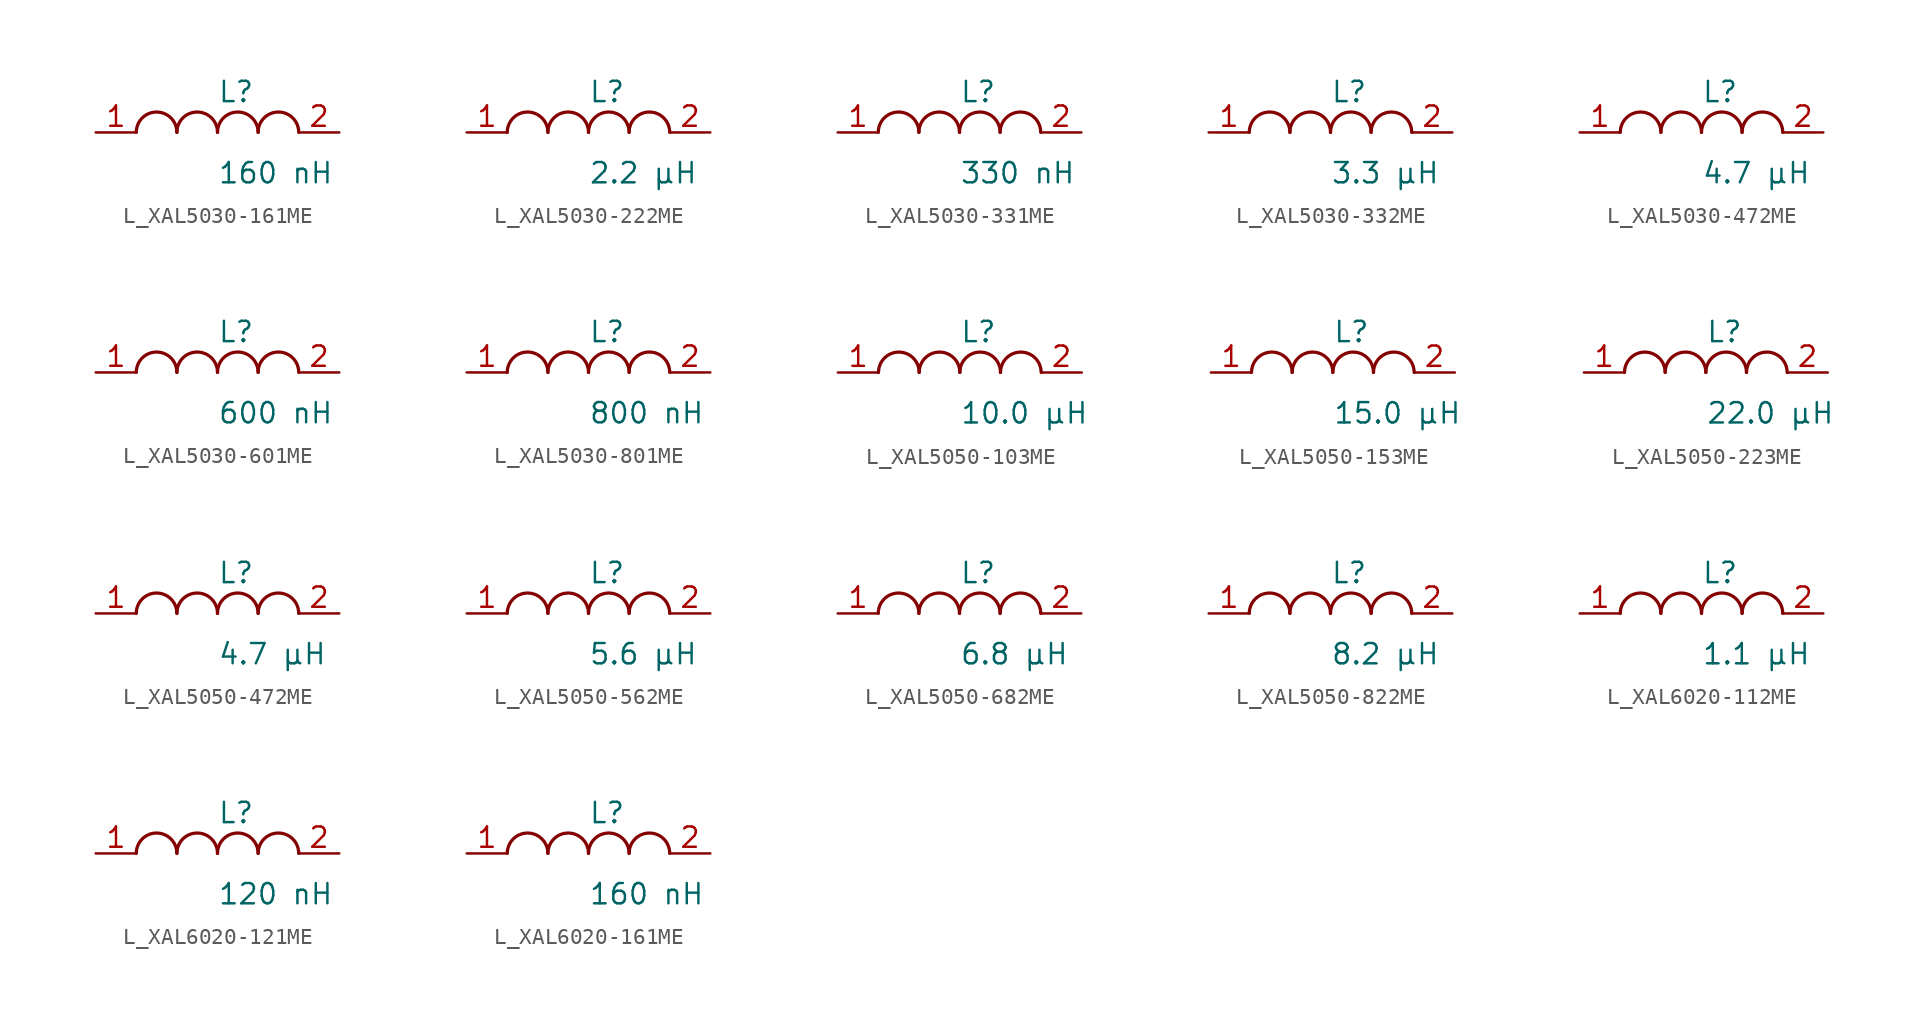
<source format=kicad_sym>
(kicad_symbol_lib
  (version 20231120)
  (generator kicad_symbol_editor)
  (generator_version 8.0)
  (symbol "L_XAL5030-161ME"
    (pin_names
      (offset 0.254))
    (property "Reference" "L"
      (at 0.0 2.54 0)
      (effects (font (size 1.27 1.27)) (justify left)))
    (property "Value" "160 nH"
      (at 0.0 -2.54 0)
      (effects (font (size 1.27 1.27)) (justify left)))
    (symbol "L_XAL5030-161ME_1_1"
      (arc (start -2.54 0.0056) (mid -3.81 1.27) (end -5.08 0.0056) (stroke (width 0.2032) (type default)) (fill (type none)))
      (arc (start 0 0.0056) (mid -1.27 1.27) (end -2.54 0.0056) (stroke (width 0.2032) (type default)) (fill (type none)))
      (arc (start 2.54 0.0056) (mid 1.27 1.27) (end 0 0.0056) (stroke (width 0.2032) (type default)) (fill (type none)))
      (arc (start 5.08 0.0056) (mid 3.81 1.27) (end 2.54 0.0056) (stroke (width 0.2032) (type default)) (fill (type none)))
      (pin unspecified line (at -7.62 0 0) (length 2.54) (name "" (effects (font (size 1.27 1.27)))) (number "1" (effects (font (size 1.27 1.27)))))
      (pin unspecified line (at 7.62 0 180) (length 2.54) (name "" (effects (font (size 1.27 1.27)))) (number "2" (effects (font (size 1.27 1.27)))))))
  (symbol "L_XAL5030-222ME"
    (pin_names
      (offset 0.254))
    (property "Reference" "L"
      (at 0.0 2.54 0)
      (effects (font (size 1.27 1.27)) (justify left)))
    (property "Value" "2.2 µH"
      (at 0.0 -2.54 0)
      (effects (font (size 1.27 1.27)) (justify left)))
    (symbol "L_XAL5030-222ME_1_1"
      (arc (start -2.54 0.0056) (mid -3.81 1.27) (end -5.08 0.0056) (stroke (width 0.2032) (type default)) (fill (type none)))
      (arc (start 0 0.0056) (mid -1.27 1.27) (end -2.54 0.0056) (stroke (width 0.2032) (type default)) (fill (type none)))
      (arc (start 2.54 0.0056) (mid 1.27 1.27) (end 0 0.0056) (stroke (width 0.2032) (type default)) (fill (type none)))
      (arc (start 5.08 0.0056) (mid 3.81 1.27) (end 2.54 0.0056) (stroke (width 0.2032) (type default)) (fill (type none)))
      (pin unspecified line (at -7.62 0 0) (length 2.54) (name "" (effects (font (size 1.27 1.27)))) (number "1" (effects (font (size 1.27 1.27)))))
      (pin unspecified line (at 7.62 0 180) (length 2.54) (name "" (effects (font (size 1.27 1.27)))) (number "2" (effects (font (size 1.27 1.27)))))))
  (symbol "L_XAL5030-331ME"
    (pin_names
      (offset 0.254))
    (property "Reference" "L"
      (at 0.0 2.54 0)
      (effects (font (size 1.27 1.27)) (justify left)))
    (property "Value" "330 nH"
      (at 0.0 -2.54 0)
      (effects (font (size 1.27 1.27)) (justify left)))
    (symbol "L_XAL5030-331ME_1_1"
      (arc (start -2.54 0.0056) (mid -3.81 1.27) (end -5.08 0.0056) (stroke (width 0.2032) (type default)) (fill (type none)))
      (arc (start 0 0.0056) (mid -1.27 1.27) (end -2.54 0.0056) (stroke (width 0.2032) (type default)) (fill (type none)))
      (arc (start 2.54 0.0056) (mid 1.27 1.27) (end 0 0.0056) (stroke (width 0.2032) (type default)) (fill (type none)))
      (arc (start 5.08 0.0056) (mid 3.81 1.27) (end 2.54 0.0056) (stroke (width 0.2032) (type default)) (fill (type none)))
      (pin unspecified line (at -7.62 0 0) (length 2.54) (name "" (effects (font (size 1.27 1.27)))) (number "1" (effects (font (size 1.27 1.27)))))
      (pin unspecified line (at 7.62 0 180) (length 2.54) (name "" (effects (font (size 1.27 1.27)))) (number "2" (effects (font (size 1.27 1.27)))))))
  (symbol "L_XAL5030-332ME"
    (pin_names
      (offset 0.254))
    (property "Reference" "L"
      (at 0.0 2.54 0)
      (effects (font (size 1.27 1.27)) (justify left)))
    (property "Value" "3.3 µH"
      (at 0.0 -2.54 0)
      (effects (font (size 1.27 1.27)) (justify left)))
    (symbol "L_XAL5030-332ME_1_1"
      (arc (start -2.54 0.0056) (mid -3.81 1.27) (end -5.08 0.0056) (stroke (width 0.2032) (type default)) (fill (type none)))
      (arc (start 0 0.0056) (mid -1.27 1.27) (end -2.54 0.0056) (stroke (width 0.2032) (type default)) (fill (type none)))
      (arc (start 2.54 0.0056) (mid 1.27 1.27) (end 0 0.0056) (stroke (width 0.2032) (type default)) (fill (type none)))
      (arc (start 5.08 0.0056) (mid 3.81 1.27) (end 2.54 0.0056) (stroke (width 0.2032) (type default)) (fill (type none)))
      (pin unspecified line (at -7.62 0 0) (length 2.54) (name "" (effects (font (size 1.27 1.27)))) (number "1" (effects (font (size 1.27 1.27)))))
      (pin unspecified line (at 7.62 0 180) (length 2.54) (name "" (effects (font (size 1.27 1.27)))) (number "2" (effects (font (size 1.27 1.27)))))))
  (symbol "L_XAL5030-472ME"
    (pin_names
      (offset 0.254))
    (property "Reference" "L"
      (at 0.0 2.54 0)
      (effects (font (size 1.27 1.27)) (justify left)))
    (property "Value" "4.7 µH"
      (at 0.0 -2.54 0)
      (effects (font (size 1.27 1.27)) (justify left)))
    (symbol "L_XAL5030-472ME_1_1"
      (arc (start -2.54 0.0056) (mid -3.81 1.27) (end -5.08 0.0056) (stroke (width 0.2032) (type default)) (fill (type none)))
      (arc (start 0 0.0056) (mid -1.27 1.27) (end -2.54 0.0056) (stroke (width 0.2032) (type default)) (fill (type none)))
      (arc (start 2.54 0.0056) (mid 1.27 1.27) (end 0 0.0056) (stroke (width 0.2032) (type default)) (fill (type none)))
      (arc (start 5.08 0.0056) (mid 3.81 1.27) (end 2.54 0.0056) (stroke (width 0.2032) (type default)) (fill (type none)))
      (pin unspecified line (at -7.62 0 0) (length 2.54) (name "" (effects (font (size 1.27 1.27)))) (number "1" (effects (font (size 1.27 1.27)))))
      (pin unspecified line (at 7.62 0 180) (length 2.54) (name "" (effects (font (size 1.27 1.27)))) (number "2" (effects (font (size 1.27 1.27)))))))
  (symbol "L_XAL5030-601ME"
    (pin_names
      (offset 0.254))
    (property "Reference" "L"
      (at 0.0 2.54 0)
      (effects (font (size 1.27 1.27)) (justify left)))
    (property "Value" "600 nH"
      (at 0.0 -2.54 0)
      (effects (font (size 1.27 1.27)) (justify left)))
    (symbol "L_XAL5030-601ME_1_1"
      (arc (start -2.54 0.0056) (mid -3.81 1.27) (end -5.08 0.0056) (stroke (width 0.2032) (type default)) (fill (type none)))
      (arc (start 0 0.0056) (mid -1.27 1.27) (end -2.54 0.0056) (stroke (width 0.2032) (type default)) (fill (type none)))
      (arc (start 2.54 0.0056) (mid 1.27 1.27) (end 0 0.0056) (stroke (width 0.2032) (type default)) (fill (type none)))
      (arc (start 5.08 0.0056) (mid 3.81 1.27) (end 2.54 0.0056) (stroke (width 0.2032) (type default)) (fill (type none)))
      (pin unspecified line (at -7.62 0 0) (length 2.54) (name "" (effects (font (size 1.27 1.27)))) (number "1" (effects (font (size 1.27 1.27)))))
      (pin unspecified line (at 7.62 0 180) (length 2.54) (name "" (effects (font (size 1.27 1.27)))) (number "2" (effects (font (size 1.27 1.27)))))))
  (symbol "L_XAL5030-801ME"
    (pin_names
      (offset 0.254))
    (property "Reference" "L"
      (at 0.0 2.54 0)
      (effects (font (size 1.27 1.27)) (justify left)))
    (property "Value" "800 nH"
      (at 0.0 -2.54 0)
      (effects (font (size 1.27 1.27)) (justify left)))
    (symbol "L_XAL5030-801ME_1_1"
      (arc (start -2.54 0.0056) (mid -3.81 1.27) (end -5.08 0.0056) (stroke (width 0.2032) (type default)) (fill (type none)))
      (arc (start 0 0.0056) (mid -1.27 1.27) (end -2.54 0.0056) (stroke (width 0.2032) (type default)) (fill (type none)))
      (arc (start 2.54 0.0056) (mid 1.27 1.27) (end 0 0.0056) (stroke (width 0.2032) (type default)) (fill (type none)))
      (arc (start 5.08 0.0056) (mid 3.81 1.27) (end 2.54 0.0056) (stroke (width 0.2032) (type default)) (fill (type none)))
      (pin unspecified line (at -7.62 0 0) (length 2.54) (name "" (effects (font (size 1.27 1.27)))) (number "1" (effects (font (size 1.27 1.27)))))
      (pin unspecified line (at 7.62 0 180) (length 2.54) (name "" (effects (font (size 1.27 1.27)))) (number "2" (effects (font (size 1.27 1.27)))))))
  (symbol "L_XAL5050-103ME"
    (pin_names
      (offset 0.254))
    (property "Reference" "L"
      (at 0.0 2.54 0)
      (effects (font (size 1.27 1.27)) (justify left)))
    (property "Value" "10.0 µH"
      (at 0.0 -2.54 0)
      (effects (font (size 1.27 1.27)) (justify left)))
    (symbol "L_XAL5050-103ME_1_1"
      (arc (start -2.54 0.0056) (mid -3.81 1.27) (end -5.08 0.0056) (stroke (width 0.2032) (type default)) (fill (type none)))
      (arc (start 0 0.0056) (mid -1.27 1.27) (end -2.54 0.0056) (stroke (width 0.2032) (type default)) (fill (type none)))
      (arc (start 2.54 0.0056) (mid 1.27 1.27) (end 0 0.0056) (stroke (width 0.2032) (type default)) (fill (type none)))
      (arc (start 5.08 0.0056) (mid 3.81 1.27) (end 2.54 0.0056) (stroke (width 0.2032) (type default)) (fill (type none)))
      (pin unspecified line (at -7.62 0 0) (length 2.54) (name "" (effects (font (size 1.27 1.27)))) (number "1" (effects (font (size 1.27 1.27)))))
      (pin unspecified line (at 7.62 0 180) (length 2.54) (name "" (effects (font (size 1.27 1.27)))) (number "2" (effects (font (size 1.27 1.27)))))))
  (symbol "L_XAL5050-153ME"
    (pin_names
      (offset 0.254))
    (property "Reference" "L"
      (at 0.0 2.54 0)
      (effects (font (size 1.27 1.27)) (justify left)))
    (property "Value" "15.0 µH"
      (at 0.0 -2.54 0)
      (effects (font (size 1.27 1.27)) (justify left)))
    (symbol "L_XAL5050-153ME_1_1"
      (arc (start -2.54 0.0056) (mid -3.81 1.27) (end -5.08 0.0056) (stroke (width 0.2032) (type default)) (fill (type none)))
      (arc (start 0 0.0056) (mid -1.27 1.27) (end -2.54 0.0056) (stroke (width 0.2032) (type default)) (fill (type none)))
      (arc (start 2.54 0.0056) (mid 1.27 1.27) (end 0 0.0056) (stroke (width 0.2032) (type default)) (fill (type none)))
      (arc (start 5.08 0.0056) (mid 3.81 1.27) (end 2.54 0.0056) (stroke (width 0.2032) (type default)) (fill (type none)))
      (pin unspecified line (at -7.62 0 0) (length 2.54) (name "" (effects (font (size 1.27 1.27)))) (number "1" (effects (font (size 1.27 1.27)))))
      (pin unspecified line (at 7.62 0 180) (length 2.54) (name "" (effects (font (size 1.27 1.27)))) (number "2" (effects (font (size 1.27 1.27)))))))
  (symbol "L_XAL5050-223ME"
    (pin_names
      (offset 0.254))
    (property "Reference" "L"
      (at 0.0 2.54 0)
      (effects (font (size 1.27 1.27)) (justify left)))
    (property "Value" "22.0 µH"
      (at 0.0 -2.54 0)
      (effects (font (size 1.27 1.27)) (justify left)))
    (symbol "L_XAL5050-223ME_1_1"
      (arc (start -2.54 0.0056) (mid -3.81 1.27) (end -5.08 0.0056) (stroke (width 0.2032) (type default)) (fill (type none)))
      (arc (start 0 0.0056) (mid -1.27 1.27) (end -2.54 0.0056) (stroke (width 0.2032) (type default)) (fill (type none)))
      (arc (start 2.54 0.0056) (mid 1.27 1.27) (end 0 0.0056) (stroke (width 0.2032) (type default)) (fill (type none)))
      (arc (start 5.08 0.0056) (mid 3.81 1.27) (end 2.54 0.0056) (stroke (width 0.2032) (type default)) (fill (type none)))
      (pin unspecified line (at -7.62 0 0) (length 2.54) (name "" (effects (font (size 1.27 1.27)))) (number "1" (effects (font (size 1.27 1.27)))))
      (pin unspecified line (at 7.62 0 180) (length 2.54) (name "" (effects (font (size 1.27 1.27)))) (number "2" (effects (font (size 1.27 1.27)))))))
  (symbol "L_XAL5050-472ME"
    (pin_names
      (offset 0.254))
    (property "Reference" "L"
      (at 0.0 2.54 0)
      (effects (font (size 1.27 1.27)) (justify left)))
    (property "Value" "4.7 µH"
      (at 0.0 -2.54 0)
      (effects (font (size 1.27 1.27)) (justify left)))
    (symbol "L_XAL5050-472ME_1_1"
      (arc (start -2.54 0.0056) (mid -3.81 1.27) (end -5.08 0.0056) (stroke (width 0.2032) (type default)) (fill (type none)))
      (arc (start 0 0.0056) (mid -1.27 1.27) (end -2.54 0.0056) (stroke (width 0.2032) (type default)) (fill (type none)))
      (arc (start 2.54 0.0056) (mid 1.27 1.27) (end 0 0.0056) (stroke (width 0.2032) (type default)) (fill (type none)))
      (arc (start 5.08 0.0056) (mid 3.81 1.27) (end 2.54 0.0056) (stroke (width 0.2032) (type default)) (fill (type none)))
      (pin unspecified line (at -7.62 0 0) (length 2.54) (name "" (effects (font (size 1.27 1.27)))) (number "1" (effects (font (size 1.27 1.27)))))
      (pin unspecified line (at 7.62 0 180) (length 2.54) (name "" (effects (font (size 1.27 1.27)))) (number "2" (effects (font (size 1.27 1.27)))))))
  (symbol "L_XAL5050-562ME"
    (pin_names
      (offset 0.254))
    (property "Reference" "L"
      (at 0.0 2.54 0)
      (effects (font (size 1.27 1.27)) (justify left)))
    (property "Value" "5.6 µH"
      (at 0.0 -2.54 0)
      (effects (font (size 1.27 1.27)) (justify left)))
    (symbol "L_XAL5050-562ME_1_1"
      (arc (start -2.54 0.0056) (mid -3.81 1.27) (end -5.08 0.0056) (stroke (width 0.2032) (type default)) (fill (type none)))
      (arc (start 0 0.0056) (mid -1.27 1.27) (end -2.54 0.0056) (stroke (width 0.2032) (type default)) (fill (type none)))
      (arc (start 2.54 0.0056) (mid 1.27 1.27) (end 0 0.0056) (stroke (width 0.2032) (type default)) (fill (type none)))
      (arc (start 5.08 0.0056) (mid 3.81 1.27) (end 2.54 0.0056) (stroke (width 0.2032) (type default)) (fill (type none)))
      (pin unspecified line (at -7.62 0 0) (length 2.54) (name "" (effects (font (size 1.27 1.27)))) (number "1" (effects (font (size 1.27 1.27)))))
      (pin unspecified line (at 7.62 0 180) (length 2.54) (name "" (effects (font (size 1.27 1.27)))) (number "2" (effects (font (size 1.27 1.27)))))))
  (symbol "L_XAL5050-682ME"
    (pin_names
      (offset 0.254))
    (property "Reference" "L"
      (at 0.0 2.54 0)
      (effects (font (size 1.27 1.27)) (justify left)))
    (property "Value" "6.8 µH"
      (at 0.0 -2.54 0)
      (effects (font (size 1.27 1.27)) (justify left)))
    (symbol "L_XAL5050-682ME_1_1"
      (arc (start -2.54 0.0056) (mid -3.81 1.27) (end -5.08 0.0056) (stroke (width 0.2032) (type default)) (fill (type none)))
      (arc (start 0 0.0056) (mid -1.27 1.27) (end -2.54 0.0056) (stroke (width 0.2032) (type default)) (fill (type none)))
      (arc (start 2.54 0.0056) (mid 1.27 1.27) (end 0 0.0056) (stroke (width 0.2032) (type default)) (fill (type none)))
      (arc (start 5.08 0.0056) (mid 3.81 1.27) (end 2.54 0.0056) (stroke (width 0.2032) (type default)) (fill (type none)))
      (pin unspecified line (at -7.62 0 0) (length 2.54) (name "" (effects (font (size 1.27 1.27)))) (number "1" (effects (font (size 1.27 1.27)))))
      (pin unspecified line (at 7.62 0 180) (length 2.54) (name "" (effects (font (size 1.27 1.27)))) (number "2" (effects (font (size 1.27 1.27)))))))
  (symbol "L_XAL5050-822ME"
    (pin_names
      (offset 0.254))
    (property "Reference" "L"
      (at 0.0 2.54 0)
      (effects (font (size 1.27 1.27)) (justify left)))
    (property "Value" "8.2 µH"
      (at 0.0 -2.54 0)
      (effects (font (size 1.27 1.27)) (justify left)))
    (symbol "L_XAL5050-822ME_1_1"
      (arc (start -2.54 0.0056) (mid -3.81 1.27) (end -5.08 0.0056) (stroke (width 0.2032) (type default)) (fill (type none)))
      (arc (start 0 0.0056) (mid -1.27 1.27) (end -2.54 0.0056) (stroke (width 0.2032) (type default)) (fill (type none)))
      (arc (start 2.54 0.0056) (mid 1.27 1.27) (end 0 0.0056) (stroke (width 0.2032) (type default)) (fill (type none)))
      (arc (start 5.08 0.0056) (mid 3.81 1.27) (end 2.54 0.0056) (stroke (width 0.2032) (type default)) (fill (type none)))
      (pin unspecified line (at -7.62 0 0) (length 2.54) (name "" (effects (font (size 1.27 1.27)))) (number "1" (effects (font (size 1.27 1.27)))))
      (pin unspecified line (at 7.62 0 180) (length 2.54) (name "" (effects (font (size 1.27 1.27)))) (number "2" (effects (font (size 1.27 1.27)))))))
  (symbol "L_XAL6020-112ME"
    (pin_names
      (offset 0.254))
    (property "Reference" "L"
      (at 0.0 2.54 0)
      (effects (font (size 1.27 1.27)) (justify left)))
    (property "Value" "1.1 µH"
      (at 0.0 -2.54 0)
      (effects (font (size 1.27 1.27)) (justify left)))
    (symbol "L_XAL6020-112ME_1_1"
      (arc (start -2.54 0.0056) (mid -3.81 1.27) (end -5.08 0.0056) (stroke (width 0.2032) (type default)) (fill (type none)))
      (arc (start 0 0.0056) (mid -1.27 1.27) (end -2.54 0.0056) (stroke (width 0.2032) (type default)) (fill (type none)))
      (arc (start 2.54 0.0056) (mid 1.27 1.27) (end 0 0.0056) (stroke (width 0.2032) (type default)) (fill (type none)))
      (arc (start 5.08 0.0056) (mid 3.81 1.27) (end 2.54 0.0056) (stroke (width 0.2032) (type default)) (fill (type none)))
      (pin unspecified line (at -7.62 0 0) (length 2.54) (name "" (effects (font (size 1.27 1.27)))) (number "1" (effects (font (size 1.27 1.27)))))
      (pin unspecified line (at 7.62 0 180) (length 2.54) (name "" (effects (font (size 1.27 1.27)))) (number "2" (effects (font (size 1.27 1.27)))))))
  (symbol "L_XAL6020-121ME"
    (pin_names
      (offset 0.254))
    (property "Reference" "L"
      (at 0.0 2.54 0)
      (effects (font (size 1.27 1.27)) (justify left)))
    (property "Value" "120 nH"
      (at 0.0 -2.54 0)
      (effects (font (size 1.27 1.27)) (justify left)))
    (symbol "L_XAL6020-121ME_1_1"
      (arc (start -2.54 0.0056) (mid -3.81 1.27) (end -5.08 0.0056) (stroke (width 0.2032) (type default)) (fill (type none)))
      (arc (start 0 0.0056) (mid -1.27 1.27) (end -2.54 0.0056) (stroke (width 0.2032) (type default)) (fill (type none)))
      (arc (start 2.54 0.0056) (mid 1.27 1.27) (end 0 0.0056) (stroke (width 0.2032) (type default)) (fill (type none)))
      (arc (start 5.08 0.0056) (mid 3.81 1.27) (end 2.54 0.0056) (stroke (width 0.2032) (type default)) (fill (type none)))
      (pin unspecified line (at -7.62 0 0) (length 2.54) (name "" (effects (font (size 1.27 1.27)))) (number "1" (effects (font (size 1.27 1.27)))))
      (pin unspecified line (at 7.62 0 180) (length 2.54) (name "" (effects (font (size 1.27 1.27)))) (number "2" (effects (font (size 1.27 1.27)))))))
  (symbol "L_XAL6020-161ME"
    (pin_names
      (offset 0.254))
    (property "Reference" "L"
      (at 0.0 2.54 0)
      (effects (font (size 1.27 1.27)) (justify left)))
    (property "Value" "160 nH"
      (at 0.0 -2.54 0)
      (effects (font (size 1.27 1.27)) (justify left)))
    (symbol "L_XAL6020-161ME_1_1"
      (arc (start -2.54 0.0056) (mid -3.81 1.27) (end -5.08 0.0056) (stroke (width 0.2032) (type default)) (fill (type none)))
      (arc (start 0 0.0056) (mid -1.27 1.27) (end -2.54 0.0056) (stroke (width 0.2032) (type default)) (fill (type none)))
      (arc (start 2.54 0.0056) (mid 1.27 1.27) (end 0 0.0056) (stroke (width 0.2032) (type default)) (fill (type none)))
      (arc (start 5.08 0.0056) (mid 3.81 1.27) (end 2.54 0.0056) (stroke (width 0.2032) (type default)) (fill (type none)))
      (pin unspecified line (at -7.62 0 0) (length 2.54) (name "" (effects (font (size 1.27 1.27)))) (number "1" (effects (font (size 1.27 1.27)))))
      (pin unspecified line (at 7.62 0 180) (length 2.54) (name "" (effects (font (size 1.27 1.27)))) (number "2" (effects (font (size 1.27 1.27))))))))
</source>
